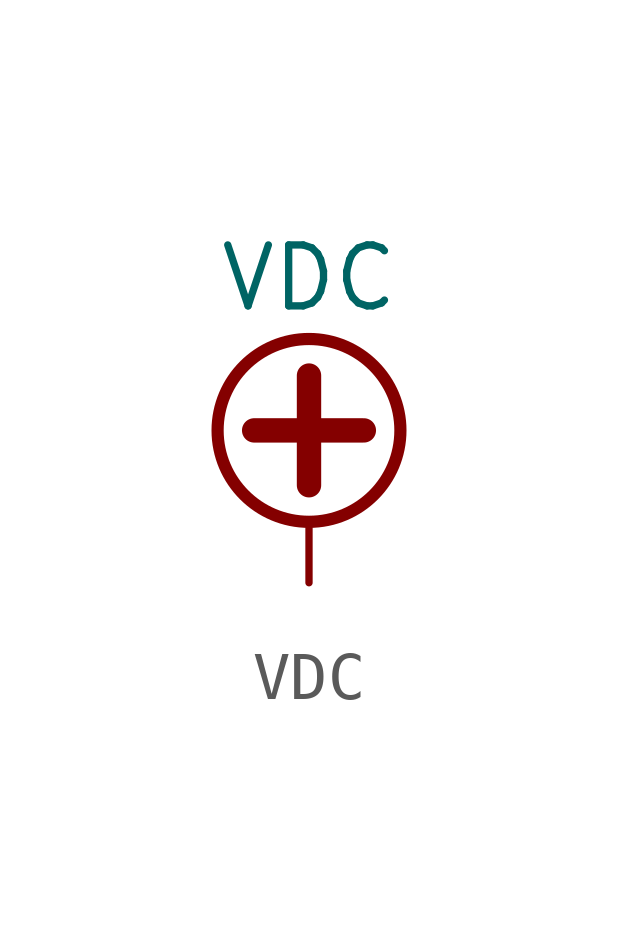
<source format=kicad_sym>
(kicad_symbol_lib
  (version 20220914)
  (generator kicad_symbol_editor)
  (symbol "VDC"
    (power)
    (pin_names
      (offset 0))
    (property "Reference" "#PWR"
      (at 0 -2.54 0)
      (effects (font (size 1.27 1.27)) hide))
    (property "Value" "VDC"
      (at 0 6.35 0)
      (effects (font (size 1.27 1.27))))
    (symbol "VDC_0_1"
      (polyline (pts (xy -1.143 3.175) (xy 1.143 3.175)) (stroke (width 0.508) (type solid)) (fill (type none)))
      (polyline (pts (xy 0 0) (xy 0 1.27)) (stroke (width 0) (type solid)) (fill (type none)))
      (polyline (pts (xy 0 2.032) (xy 0 4.318)) (stroke (width 0.508) (type solid)) (fill (type none)))
      (circle (center 0 3.175) (radius 1.905) (stroke (width 0.254) (type solid)) (fill (type none))))
    (symbol "VDC_1_1"
      (pin power_in line (at 0 0 90) (length 0) hide (name "VDC" (effects (font (size 1.27 1.27)))) (number "1" (effects (font (size 1.27 1.27))))))))
</source>
